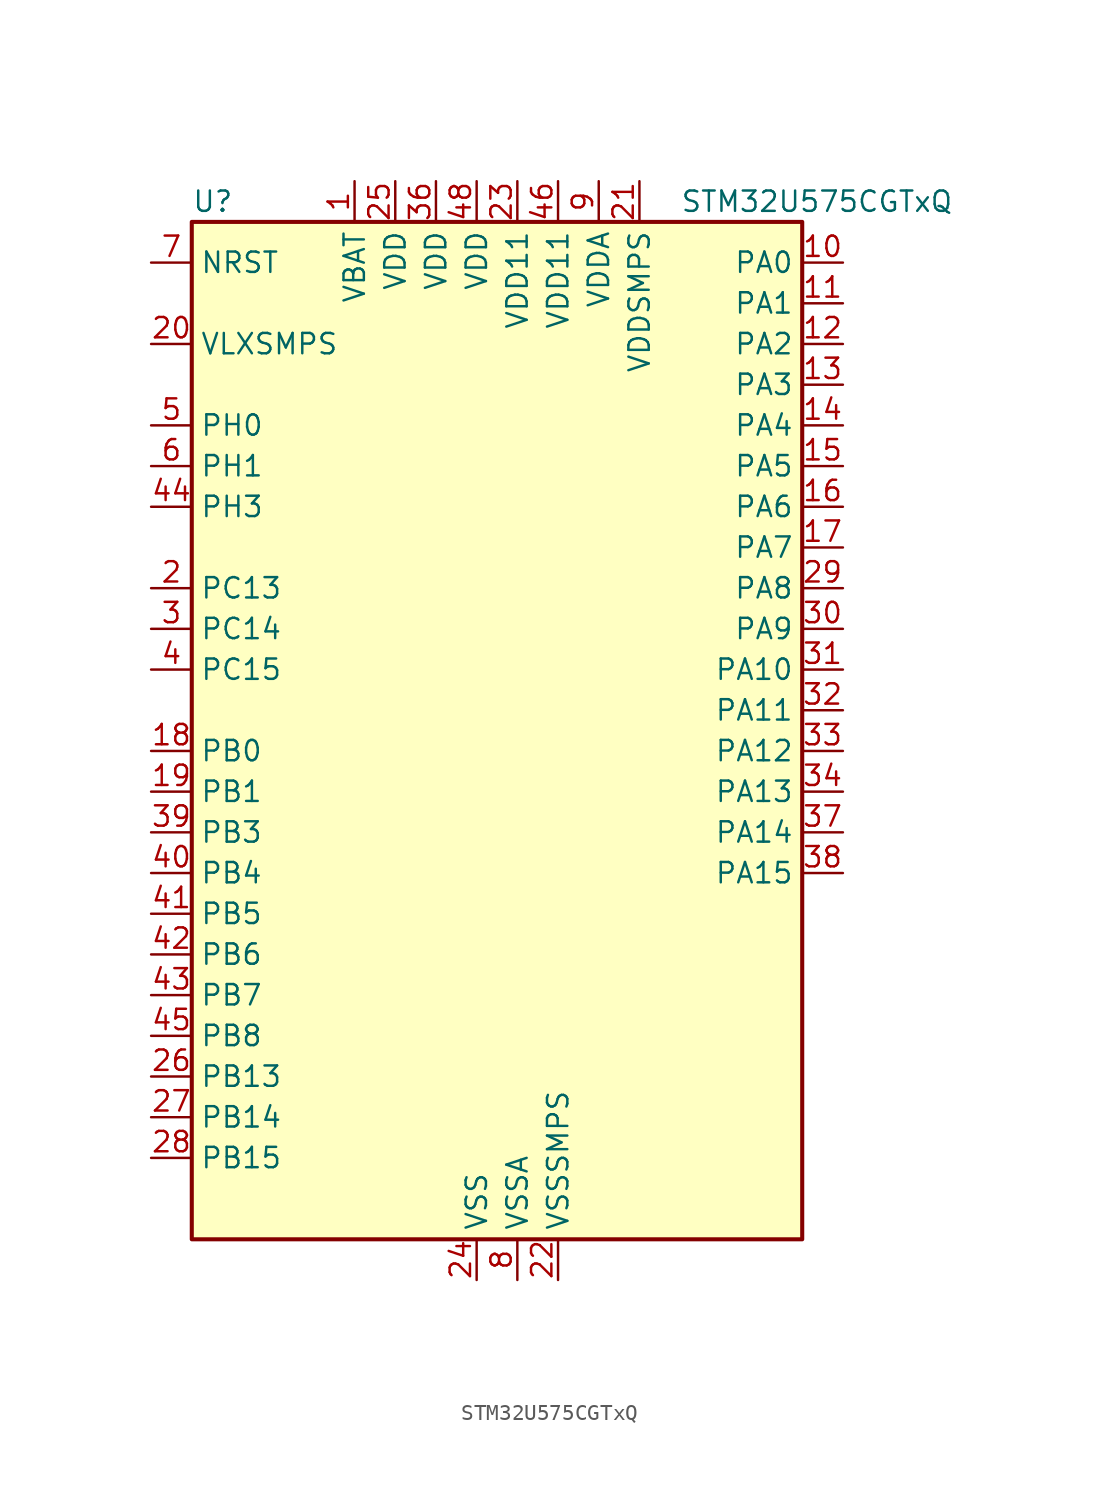
<source format=kicad_sym>
(kicad_symbol_lib
  (version 20211014)
  (generator kicad-library-utils)
  (symbol "STM32U575CGTxQ"
    (property "Reference" "U"
      (at -17.78 34.29 0)
      (effects (font (size 1.27 1.27)) (justify left)))
    (property "Value" "STM32U575CGTxQ"
      (at 12.7 34.29 0)
      (effects (font (size 1.27 1.27)) (justify left)))
    (property "ki_fp_filters" "LQFP*7x7mm*P0.5mm*"
      (at 0.0 0.0 0.0)
      (effects (font (size 1.27 1.27))))
    (symbol "STM32U575CGTxQ_0_1"
      (rectangle (start -17.78 -30.48) (end 20.32 33.02) (stroke (width 0.254)) (fill (type background))))
    (symbol "STM32U575CGTxQ_1_1"
      (pin input line (at -20.32 30.48 0) (length 2.54) (name "NRST" (effects (font (size 1.27 1.27)))) (number "7" (effects (font (size 1.27 1.27)))))
      (pin power_in line (at -20.32 25.4 0) (length 2.54) (name "VLXSMPS" (effects (font (size 1.27 1.27)))) (number "20" (effects (font (size 1.27 1.27)))))
      (pin bidirectional line (at -20.32 20.32 0) (length 2.54) (name "PH0" (effects (font (size 1.27 1.27)))) (number "5" (effects (font (size 1.27 1.27)))) (alternate "RCC_OSC_IN" bidirectional line))
      (pin bidirectional line (at -20.32 17.78 0) (length 2.54) (name "PH1" (effects (font (size 1.27 1.27)))) (number "6" (effects (font (size 1.27 1.27)))) (alternate "RCC_OSC_OUT" bidirectional line))
      (pin bidirectional line (at -20.32 15.24 0) (length 2.54) (name "PH3" (effects (font (size 1.27 1.27)))) (number "44" (effects (font (size 1.27 1.27)))))
      (pin bidirectional line (at -20.32 10.16 0) (length 2.54) (name "PC13" (effects (font (size 1.27 1.27)))) (number "2" (effects (font (size 1.27 1.27)))) (alternate "PWR_WKUP2" bidirectional line) (alternate "RTC_OUT1" bidirectional line) (alternate "RTC_TS" bidirectional line) (alternate "TAMP_IN1" bidirectional line) (alternate "TAMP_OUT2" bidirectional line))
      (pin bidirectional line (at -20.32 7.62 0) (length 2.54) (name "PC14" (effects (font (size 1.27 1.27)))) (number "3" (effects (font (size 1.27 1.27)))) (alternate "RCC_OSC32_IN" bidirectional line))
      (pin bidirectional line (at -20.32 5.08 0) (length 2.54) (name "PC15" (effects (font (size 1.27 1.27)))) (number "4" (effects (font (size 1.27 1.27)))) (alternate "ADC1_EXTI15" bidirectional line) (alternate "ADC4_EXTI15" bidirectional line) (alternate "RCC_OSC32_OUT" bidirectional line))
      (pin bidirectional line (at -20.32 0.0 0) (length 2.54) (name "PB0" (effects (font (size 1.27 1.27)))) (number "18" (effects (font (size 1.27 1.27)))) (alternate "ADC1_IN15" bidirectional line) (alternate "ADC4_IN18" bidirectional line) (alternate "AUDIOCLK" bidirectional line) (alternate "COMP1_OUT" bidirectional line) (alternate "LPTIM3_CH1" bidirectional line) (alternate "OCTOSPIM_P1_IO1" bidirectional line) (alternate "OPAMP2_VOUT" bidirectional line) (alternate "SPI1_NSS" bidirectional line) (alternate "TIM1_CH2N" bidirectional line) (alternate "TIM3_CH3" bidirectional line) (alternate "TIM8_CH2N" bidirectional line) (alternate "USART3_CK" bidirectional line))
      (pin bidirectional line (at -20.32 -2.54 0) (length 2.54) (name "PB1" (effects (font (size 1.27 1.27)))) (number "19" (effects (font (size 1.27 1.27)))) (alternate "ADC1_IN16" bidirectional line) (alternate "ADC4_IN19" bidirectional line) (alternate "COMP1_INM" bidirectional line) (alternate "LPTIM2_IN1" bidirectional line) (alternate "LPTIM3_CH2" bidirectional line) (alternate "LPUART1_DE" bidirectional line) (alternate "LPUART1_RTS" bidirectional line) (alternate "MDF1_SDI0" bidirectional line) (alternate "OCTOSPIM_P1_IO0" bidirectional line) (alternate "PWR_WKUP4" bidirectional line) (alternate "TIM1_CH3N" bidirectional line) (alternate "TIM3_CH4" bidirectional line) (alternate "TIM8_CH3N" bidirectional line) (alternate "USART3_DE" bidirectional line) (alternate "USART3_RTS" bidirectional line))
      (pin bidirectional line (at -20.32 -5.08 0) (length 2.54) (name "PB3" (effects (font (size 1.27 1.27)))) (number "39" (effects (font (size 1.27 1.27)))) (alternate "ADF1_CCK0" bidirectional line) (alternate "COMP2_INM" bidirectional line) (alternate "CRS_SYNC" bidirectional line) (alternate "DEBUG_JTDO-SWO" bidirectional line) (alternate "I2C1_SDA" bidirectional line) (alternate "LPTIM1_CH1" bidirectional line) (alternate "SAI1_SCK_B" bidirectional line) (alternate "SPI1_SCK" bidirectional line) (alternate "SPI3_SCK" bidirectional line) (alternate "TIM2_CH2" bidirectional line) (alternate "USART1_DE" bidirectional line) (alternate "USART1_RTS" bidirectional line))
      (pin bidirectional line (at -20.32 -7.62 0) (length 2.54) (name "PB4" (effects (font (size 1.27 1.27)))) (number "40" (effects (font (size 1.27 1.27)))) (alternate "ADF1_SDI0" bidirectional line) (alternate "COMP2_INP" bidirectional line) (alternate "DEBUG_JTRST" bidirectional line) (alternate "I2C3_SDA" bidirectional line) (alternate "LPTIM1_CH2" bidirectional line) (alternate "SAI1_MCLK_B" bidirectional line) (alternate "SPI1_MISO" bidirectional line) (alternate "SPI3_MISO" bidirectional line) (alternate "TIM17_BKIN" bidirectional line) (alternate "TIM3_CH1" bidirectional line) (alternate "TSC_G2_IO1" bidirectional line) (alternate "USART1_CTS" bidirectional line))
      (pin bidirectional line (at -20.32 -10.16 0) (length 2.54) (name "PB5" (effects (font (size 1.27 1.27)))) (number "41" (effects (font (size 1.27 1.27)))) (alternate "COMP2_OUT" bidirectional line) (alternate "I2C1_SMBA" bidirectional line) (alternate "LPTIM1_IN1" bidirectional line) (alternate "OCTOSPIM_P1_NCLK" bidirectional line) (alternate "PWR_WKUP6" bidirectional line) (alternate "SAI1_SD_B" bidirectional line) (alternate "SPI1_MOSI" bidirectional line) (alternate "SPI3_MOSI" bidirectional line) (alternate "TIM16_BKIN" bidirectional line) (alternate "TIM3_CH2" bidirectional line) (alternate "TSC_G2_IO2" bidirectional line) (alternate "UCPD1_DBCC1" bidirectional line) (alternate "USART1_CK" bidirectional line))
      (pin bidirectional line (at -20.32 -12.7 0) (length 2.54) (name "PB6" (effects (font (size 1.27 1.27)))) (number "42" (effects (font (size 1.27 1.27)))) (alternate "COMP2_INP" bidirectional line) (alternate "I2C1_SCL" bidirectional line) (alternate "I2C4_SCL" bidirectional line) (alternate "LPTIM1_ETR" bidirectional line) (alternate "MDF1_SDI5" bidirectional line) (alternate "PWR_WKUP3" bidirectional line) (alternate "SAI1_FS_B" bidirectional line) (alternate "TIM16_CH1N" bidirectional line) (alternate "TIM4_CH1" bidirectional line) (alternate "TIM8_BKIN2" bidirectional line) (alternate "TSC_G2_IO3" bidirectional line) (alternate "USART1_TX" bidirectional line))
      (pin bidirectional line (at -20.32 -15.24 0) (length 2.54) (name "PB7" (effects (font (size 1.27 1.27)))) (number "43" (effects (font (size 1.27 1.27)))) (alternate "COMP2_INM" bidirectional line) (alternate "I2C1_SDA" bidirectional line) (alternate "I2C4_SDA" bidirectional line) (alternate "LPTIM1_IN2" bidirectional line) (alternate "MDF1_CKI5" bidirectional line) (alternate "PWR_PVD_IN" bidirectional line) (alternate "PWR_WKUP4" bidirectional line) (alternate "TIM17_CH1N" bidirectional line) (alternate "TIM4_CH2" bidirectional line) (alternate "TIM8_BKIN" bidirectional line) (alternate "TSC_G2_IO4" bidirectional line) (alternate "UART4_CTS" bidirectional line) (alternate "USART1_RX" bidirectional line))
      (pin bidirectional line (at -20.32 -17.78 0) (length 2.54) (name "PB8" (effects (font (size 1.27 1.27)))) (number "45" (effects (font (size 1.27 1.27)))) (alternate "FDCAN1_RX" bidirectional line) (alternate "I2C1_SCL" bidirectional line) (alternate "MDF1_CCK0" bidirectional line) (alternate "PWR_WKUP5" bidirectional line) (alternate "SAI1_CK1" bidirectional line) (alternate "SAI1_MCLK_A" bidirectional line) (alternate "SPI3_RDY" bidirectional line) (alternate "TIM16_CH1" bidirectional line) (alternate "TIM4_CH3" bidirectional line))
      (pin bidirectional line (at -20.32 -20.32 0) (length 2.54) (name "PB13" (effects (font (size 1.27 1.27)))) (number "26" (effects (font (size 1.27 1.27)))) (alternate "I2C2_SCL" bidirectional line) (alternate "LPTIM3_IN1" bidirectional line) (alternate "LPUART1_CTS" bidirectional line) (alternate "MDF1_CKI1" bidirectional line) (alternate "SPI2_SCK" bidirectional line) (alternate "TIM15_CH1N" bidirectional line) (alternate "TIM1_CH1N" bidirectional line) (alternate "TSC_G1_IO2" bidirectional line) (alternate "USART3_CTS" bidirectional line))
      (pin bidirectional line (at -20.32 -22.86 0) (length 2.54) (name "PB14" (effects (font (size 1.27 1.27)))) (number "27" (effects (font (size 1.27 1.27)))) (alternate "I2C2_SDA" bidirectional line) (alternate "LPTIM3_ETR" bidirectional line) (alternate "MDF1_SDI2" bidirectional line) (alternate "SPI2_MISO" bidirectional line) (alternate "TIM15_CH1" bidirectional line) (alternate "TIM1_CH2N" bidirectional line) (alternate "TIM8_CH2N" bidirectional line) (alternate "TSC_G1_IO3" bidirectional line) (alternate "UCPD1_DBCC2" bidirectional line) (alternate "USART3_DE" bidirectional line) (alternate "USART3_RTS" bidirectional line))
      (pin bidirectional line (at -20.32 -25.4 0) (length 2.54) (name "PB15" (effects (font (size 1.27 1.27)))) (number "28" (effects (font (size 1.27 1.27)))) (alternate "ADC1_EXTI15" bidirectional line) (alternate "ADC4_EXTI15" bidirectional line) (alternate "LPTIM2_IN2" bidirectional line) (alternate "MDF1_CKI2" bidirectional line) (alternate "PWR_WKUP7" bidirectional line) (alternate "RTC_REFIN" bidirectional line) (alternate "SPI2_MOSI" bidirectional line) (alternate "TIM15_CH2" bidirectional line) (alternate "TIM1_CH3N" bidirectional line) (alternate "TIM8_CH3N" bidirectional line) (alternate "UCPD1_CC2" bidirectional line))
      (pin bidirectional line (at 22.86 30.48 180) (length 2.54) (name "PA0" (effects (font (size 1.27 1.27)))) (number "10" (effects (font (size 1.27 1.27)))) (alternate "ADC1_IN5" bidirectional line) (alternate "AUDIOCLK" bidirectional line) (alternate "OCTOSPIM_P2_NCS" bidirectional line) (alternate "OPAMP1_VINP" bidirectional line) (alternate "PWR_WKUP1" bidirectional line) (alternate "SPI3_RDY" bidirectional line) (alternate "TAMP_IN2" bidirectional line) (alternate "TAMP_OUT1" bidirectional line) (alternate "TIM2_CH1" bidirectional line) (alternate "TIM2_ETR" bidirectional line) (alternate "TIM5_CH1" bidirectional line) (alternate "TIM8_ETR" bidirectional line) (alternate "UART4_TX" bidirectional line) (alternate "USART2_CTS" bidirectional line))
      (pin bidirectional line (at 22.86 27.94 180) (length 2.54) (name "PA1" (effects (font (size 1.27 1.27)))) (number "11" (effects (font (size 1.27 1.27)))) (alternate "ADC1_IN6" bidirectional line) (alternate "I2C1_SMBA" bidirectional line) (alternate "LPTIM1_CH2" bidirectional line) (alternate "OCTOSPIM_P1_DQS" bidirectional line) (alternate "OPAMP1_VINM" bidirectional line) (alternate "PWR_WKUP3" bidirectional line) (alternate "SPI1_SCK" bidirectional line) (alternate "TAMP_IN5" bidirectional line) (alternate "TAMP_OUT4" bidirectional line) (alternate "TIM15_CH1N" bidirectional line) (alternate "TIM2_CH2" bidirectional line) (alternate "TIM5_CH2" bidirectional line) (alternate "UART4_RX" bidirectional line) (alternate "USART2_DE" bidirectional line) (alternate "USART2_RTS" bidirectional line))
      (pin bidirectional line (at 22.86 25.4 180) (length 2.54) (name "PA2" (effects (font (size 1.27 1.27)))) (number "12" (effects (font (size 1.27 1.27)))) (alternate "ADC1_IN7" bidirectional line) (alternate "COMP1_INP" bidirectional line) (alternate "LPUART1_TX" bidirectional line) (alternate "OCTOSPIM_P1_NCS" bidirectional line) (alternate "PWR_WKUP4" bidirectional line) (alternate "RCC_LSCO" bidirectional line) (alternate "SPI1_RDY" bidirectional line) (alternate "TIM15_CH1" bidirectional line) (alternate "TIM2_CH3" bidirectional line) (alternate "TIM5_CH3" bidirectional line) (alternate "UCPD1_FRSTX1" bidirectional line) (alternate "USART2_TX" bidirectional line))
      (pin bidirectional line (at 22.86 22.86 180) (length 2.54) (name "PA3" (effects (font (size 1.27 1.27)))) (number "13" (effects (font (size 1.27 1.27)))) (alternate "ADC1_IN8" bidirectional line) (alternate "LPUART1_RX" bidirectional line) (alternate "OCTOSPIM_P1_CLK" bidirectional line) (alternate "OPAMP1_VOUT" bidirectional line) (alternate "PWR_WKUP5" bidirectional line) (alternate "SAI1_CK1" bidirectional line) (alternate "SAI1_MCLK_A" bidirectional line) (alternate "TIM15_CH2" bidirectional line) (alternate "TIM2_CH4" bidirectional line) (alternate "TIM5_CH4" bidirectional line) (alternate "USART2_RX" bidirectional line))
      (pin bidirectional line (at 22.86 20.32 180) (length 2.54) (name "PA4" (effects (font (size 1.27 1.27)))) (number "14" (effects (font (size 1.27 1.27)))) (alternate "ADC1_IN9" bidirectional line) (alternate "ADC4_IN9" bidirectional line) (alternate "DAC1_OUT1" bidirectional line) (alternate "LPTIM2_CH1" bidirectional line) (alternate "OCTOSPIM_P1_NCS" bidirectional line) (alternate "PWR_WKUP2" bidirectional line) (alternate "SAI1_FS_B" bidirectional line) (alternate "SPI1_NSS" bidirectional line) (alternate "SPI3_NSS" bidirectional line) (alternate "USART2_CK" bidirectional line))
      (pin bidirectional line (at 22.86 17.78 180) (length 2.54) (name "PA5" (effects (font (size 1.27 1.27)))) (number "15" (effects (font (size 1.27 1.27)))) (alternate "ADC1_IN10" bidirectional line) (alternate "ADC4_IN10" bidirectional line) (alternate "DAC1_OUT2" bidirectional line) (alternate "LPTIM2_ETR" bidirectional line) (alternate "PWR_CSLEEP" bidirectional line) (alternate "PWR_WKUP6" bidirectional line) (alternate "SPI1_SCK" bidirectional line) (alternate "TIM2_CH1" bidirectional line) (alternate "TIM2_ETR" bidirectional line) (alternate "TIM8_CH1N" bidirectional line) (alternate "USART3_RX" bidirectional line))
      (pin bidirectional line (at 22.86 15.24 180) (length 2.54) (name "PA6" (effects (font (size 1.27 1.27)))) (number "16" (effects (font (size 1.27 1.27)))) (alternate "ADC1_IN11" bidirectional line) (alternate "ADC4_IN11" bidirectional line) (alternate "LPUART1_CTS" bidirectional line) (alternate "OCTOSPIM_P1_IO3" bidirectional line) (alternate "OPAMP2_VINP" bidirectional line) (alternate "PWR_CDSTOP" bidirectional line) (alternate "PWR_WKUP7" bidirectional line) (alternate "SPI1_MISO" bidirectional line) (alternate "TIM16_CH1" bidirectional line) (alternate "TIM1_BKIN" bidirectional line) (alternate "TIM3_CH1" bidirectional line) (alternate "TIM8_BKIN" bidirectional line) (alternate "USART3_CTS" bidirectional line))
      (pin bidirectional line (at 22.86 12.7 180) (length 2.54) (name "PA7" (effects (font (size 1.27 1.27)))) (number "17" (effects (font (size 1.27 1.27)))) (alternate "ADC1_IN12" bidirectional line) (alternate "ADC4_IN20" bidirectional line) (alternate "I2C3_SCL" bidirectional line) (alternate "LPTIM2_CH2" bidirectional line) (alternate "OCTOSPIM_P1_IO2" bidirectional line) (alternate "OPAMP2_VINM" bidirectional line) (alternate "PWR_SRDSTOP" bidirectional line) (alternate "PWR_WKUP8" bidirectional line) (alternate "SPI1_MOSI" bidirectional line) (alternate "TIM17_CH1" bidirectional line) (alternate "TIM1_CH1N" bidirectional line) (alternate "TIM3_CH2" bidirectional line) (alternate "TIM8_CH1N" bidirectional line) (alternate "USART3_TX" bidirectional line))
      (pin bidirectional line (at 22.86 10.16 180) (length 2.54) (name "PA8" (effects (font (size 1.27 1.27)))) (number "29" (effects (font (size 1.27 1.27)))) (alternate "DEBUG_TRACECLK" bidirectional line) (alternate "LPTIM2_CH1" bidirectional line) (alternate "RCC_MCO" bidirectional line) (alternate "SAI1_CK2" bidirectional line) (alternate "SAI1_SCK_A" bidirectional line) (alternate "SPI1_RDY" bidirectional line) (alternate "TIM1_CH1" bidirectional line) (alternate "USART1_CK" bidirectional line) (alternate "USB_OTG_FS_SOF" bidirectional line))
      (pin bidirectional line (at 22.86 7.62 180) (length 2.54) (name "PA9" (effects (font (size 1.27 1.27)))) (number "30" (effects (font (size 1.27 1.27)))) (alternate "DAC1_EXTI9" bidirectional line) (alternate "SAI1_FS_A" bidirectional line) (alternate "SPI2_SCK" bidirectional line) (alternate "TIM15_BKIN" bidirectional line) (alternate "TIM1_CH2" bidirectional line) (alternate "USART1_TX" bidirectional line) (alternate "USB_OTG_FS_VBUS" bidirectional line))
      (pin bidirectional line (at 22.86 5.08 180) (length 2.54) (name "PA10" (effects (font (size 1.27 1.27)))) (number "31" (effects (font (size 1.27 1.27)))) (alternate "CRS_SYNC" bidirectional line) (alternate "LPTIM2_IN2" bidirectional line) (alternate "SAI1_D1" bidirectional line) (alternate "SAI1_SD_A" bidirectional line) (alternate "TIM17_BKIN" bidirectional line) (alternate "TIM1_CH3" bidirectional line) (alternate "USART1_RX" bidirectional line) (alternate "USB_OTG_FS_ID" bidirectional line))
      (pin bidirectional line (at 22.86 2.54 180) (length 2.54) (name "PA11" (effects (font (size 1.27 1.27)))) (number "32" (effects (font (size 1.27 1.27)))) (alternate "ADC1_EXTI11" bidirectional line) (alternate "FDCAN1_RX" bidirectional line) (alternate "SPI1_MISO" bidirectional line) (alternate "TIM1_BKIN2" bidirectional line) (alternate "TIM1_CH4" bidirectional line) (alternate "USART1_CTS" bidirectional line) (alternate "USB_OTG_FS_DM" bidirectional line))
      (pin bidirectional line (at 22.86 0.0 180) (length 2.54) (name "PA12" (effects (font (size 1.27 1.27)))) (number "33" (effects (font (size 1.27 1.27)))) (alternate "FDCAN1_TX" bidirectional line) (alternate "OCTOSPIM_P2_NCS" bidirectional line) (alternate "SPI1_MOSI" bidirectional line) (alternate "TIM1_ETR" bidirectional line) (alternate "USART1_DE" bidirectional line) (alternate "USART1_RTS" bidirectional line) (alternate "USB_OTG_FS_DP" bidirectional line))
      (pin bidirectional line (at 22.86 -2.54 180) (length 2.54) (name "PA13" (effects (font (size 1.27 1.27)))) (number "34" (effects (font (size 1.27 1.27)))) (alternate "DEBUG_JTMS-SWDIO" bidirectional line) (alternate "IR_OUT" bidirectional line) (alternate "SAI1_SD_B" bidirectional line) (alternate "USB_OTG_FS_NOE" bidirectional line))
      (pin bidirectional line (at 22.86 -5.08 180) (length 2.54) (name "PA14" (effects (font (size 1.27 1.27)))) (number "37" (effects (font (size 1.27 1.27)))) (alternate "DEBUG_JTCK-SWCLK" bidirectional line) (alternate "I2C1_SMBA" bidirectional line) (alternate "I2C4_SMBA" bidirectional line) (alternate "LPTIM1_CH1" bidirectional line) (alternate "SAI1_FS_B" bidirectional line) (alternate "USB_OTG_FS_SOF" bidirectional line))
      (pin bidirectional line (at 22.86 -7.62 180) (length 2.54) (name "PA15" (effects (font (size 1.27 1.27)))) (number "38" (effects (font (size 1.27 1.27)))) (alternate "ADC1_EXTI15" bidirectional line) (alternate "ADC4_EXTI15" bidirectional line) (alternate "DEBUG_JTDI" bidirectional line) (alternate "SPI1_NSS" bidirectional line) (alternate "SPI3_NSS" bidirectional line) (alternate "TIM2_CH1" bidirectional line) (alternate "TIM2_ETR" bidirectional line) (alternate "UART4_DE" bidirectional line) (alternate "UART4_RTS" bidirectional line) (alternate "UCPD1_CC1" bidirectional line) (alternate "USART2_RX" bidirectional line) (alternate "USART3_DE" bidirectional line) (alternate "USART3_RTS" bidirectional line))
      (pin power_in line (at -7.62 35.56 270) (length 2.54) (name "VBAT" (effects (font (size 1.27 1.27)))) (number "1" (effects (font (size 1.27 1.27)))))
      (pin power_in line (at -5.08 35.56 270) (length 2.54) (name "VDD" (effects (font (size 1.27 1.27)))) (number "25" (effects (font (size 1.27 1.27)))))
      (pin power_in line (at -2.54 35.56 270) (length 2.54) (name "VDD" (effects (font (size 1.27 1.27)))) (number "36" (effects (font (size 1.27 1.27)))))
      (pin power_in line (at 0.0 35.56 270) (length 2.54) (name "VDD" (effects (font (size 1.27 1.27)))) (number "48" (effects (font (size 1.27 1.27)))))
      (pin power_in line (at 2.54 35.56 270) (length 2.54) (name "VDD11" (effects (font (size 1.27 1.27)))) (number "23" (effects (font (size 1.27 1.27)))))
      (pin power_in line (at 5.08 35.56 270) (length 2.54) (name "VDD11" (effects (font (size 1.27 1.27)))) (number "46" (effects (font (size 1.27 1.27)))))
      (pin power_in line (at 7.62 35.56 270) (length 2.54) (name "VDDA" (effects (font (size 1.27 1.27)))) (number "9" (effects (font (size 1.27 1.27)))))
      (pin power_in line (at 10.16 35.56 270) (length 2.54) (name "VDDSMPS" (effects (font (size 1.27 1.27)))) (number "21" (effects (font (size 1.27 1.27)))))
      (pin power_in line (at 0.0 -33.02 90) (length 2.54) (name "VSS" (effects (font (size 1.27 1.27)))) (number "24" (effects (font (size 1.27 1.27)))))
      (pin passive line (at 0.0 -33.02 90) (length 2.54) hide (name "VSS" (effects (font (size 1.27 1.27)))) (number "35" (effects (font (size 1.27 1.27)))))
      (pin passive line (at 0.0 -33.02 90) (length 2.54) hide (name "VSS" (effects (font (size 1.27 1.27)))) (number "47" (effects (font (size 1.27 1.27)))))
      (pin power_in line (at 2.54 -33.02 90) (length 2.54) (name "VSSA" (effects (font (size 1.27 1.27)))) (number "8" (effects (font (size 1.27 1.27)))))
      (pin power_in line (at 5.08 -33.02 90) (length 2.54) (name "VSSSMPS" (effects (font (size 1.27 1.27)))) (number "22" (effects (font (size 1.27 1.27))))))))
</source>
